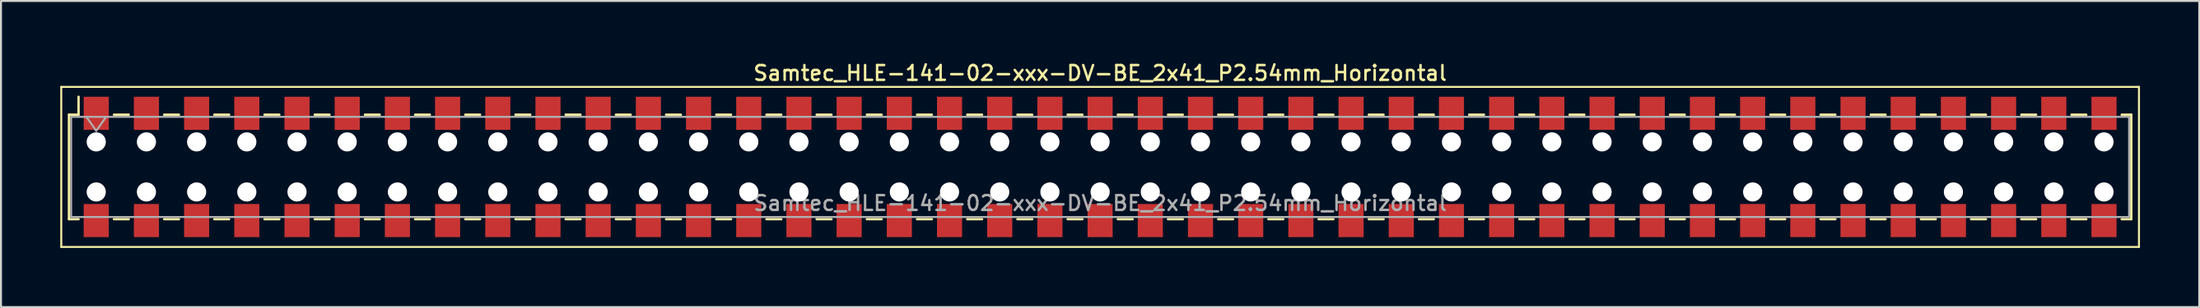
<source format=kicad_pcb>
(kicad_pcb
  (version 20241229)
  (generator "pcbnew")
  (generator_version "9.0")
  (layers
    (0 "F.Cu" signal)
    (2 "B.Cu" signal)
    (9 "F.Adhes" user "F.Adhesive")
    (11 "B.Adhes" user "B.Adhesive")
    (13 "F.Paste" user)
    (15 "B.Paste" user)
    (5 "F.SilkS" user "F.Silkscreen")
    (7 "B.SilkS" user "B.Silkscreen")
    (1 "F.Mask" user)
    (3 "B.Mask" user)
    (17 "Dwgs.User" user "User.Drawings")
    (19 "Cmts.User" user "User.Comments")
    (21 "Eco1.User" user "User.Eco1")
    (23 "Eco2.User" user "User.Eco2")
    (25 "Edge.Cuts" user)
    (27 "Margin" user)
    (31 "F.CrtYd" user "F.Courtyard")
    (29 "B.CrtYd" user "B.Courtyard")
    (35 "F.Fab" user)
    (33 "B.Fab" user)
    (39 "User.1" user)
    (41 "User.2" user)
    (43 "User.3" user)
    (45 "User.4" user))
  (footprint "Samtec_HLE-141-02-xxx-DV-BE_2x41_P2.54mm_Horizontal"
    (layer "F.Cu")
    (at 52.62 5.418)
    (property "Reference" "Samtec_HLE-141-02-xxx-DV-BE_2x41_P2.54mm_Horizontal" (at 0 -4.76 0) (layer "F.SilkS") (effects (font (size 0.75 0.75) (thickness 0.125))))
    (attr smd)
    (fp_line (start -52.57 -4.06) (end 52.57 -4.06) (stroke (width 0.1) (type solid)) (layer "F.SilkS"))
    (fp_line (start -52.57 4.06) (end -52.57 -4.06) (stroke (width 0.1) (type solid)) (layer "F.SilkS"))
    (fp_line (start -52.18 -2.65) (end -52.18 2.65) (stroke (width 0.12) (type solid)) (layer "F.SilkS"))
    (fp_line (start -52.18 2.65) (end -51.695 2.65) (stroke (width 0.12) (type solid)) (layer "F.SilkS"))
    (fp_line (start -51.695 -3.56) (end -51.695 -2.65) (stroke (width 0.12) (type solid)) (layer "F.SilkS"))
    (fp_line (start -51.695 -2.65) (end -52.18 -2.65) (stroke (width 0.12) (type solid)) (layer "F.SilkS"))
    (fp_line (start -49.905 -2.65) (end -49.155 -2.65) (stroke (width 0.12) (type solid)) (layer "F.SilkS"))
    (fp_line (start -49.905 2.65) (end -49.155 2.65) (stroke (width 0.12) (type solid)) (layer "F.SilkS"))
    (fp_line (start -47.365 -2.65) (end -46.615 -2.65) (stroke (width 0.12) (type solid)) (layer "F.SilkS"))
    (fp_line (start -47.365 2.65) (end -46.615 2.65) (stroke (width 0.12) (type solid)) (layer "F.SilkS"))
    (fp_line (start -44.825 -2.65) (end -44.075 -2.65) (stroke (width 0.12) (type solid)) (layer "F.SilkS"))
    (fp_line (start -44.825 2.65) (end -44.075 2.65) (stroke (width 0.12) (type solid)) (layer "F.SilkS"))
    (fp_line (start -42.285 -2.65) (end -41.535 -2.65) (stroke (width 0.12) (type solid)) (layer "F.SilkS"))
    (fp_line (start -42.285 2.65) (end -41.535 2.65) (stroke (width 0.12) (type solid)) (layer "F.SilkS"))
    (fp_line (start -39.745 -2.65) (end -38.995 -2.65) (stroke (width 0.12) (type solid)) (layer "F.SilkS"))
    (fp_line (start -39.745 2.65) (end -38.995 2.65) (stroke (width 0.12) (type solid)) (layer "F.SilkS"))
    (fp_line (start -37.205 -2.65) (end -36.455 -2.65) (stroke (width 0.12) (type solid)) (layer "F.SilkS"))
    (fp_line (start -37.205 2.65) (end -36.455 2.65) (stroke (width 0.12) (type solid)) (layer "F.SilkS"))
    (fp_line (start -34.665 -2.65) (end -33.915 -2.65) (stroke (width 0.12) (type solid)) (layer "F.SilkS"))
    (fp_line (start -34.665 2.65) (end -33.915 2.65) (stroke (width 0.12) (type solid)) (layer "F.SilkS"))
    (fp_line (start -32.125 -2.65) (end -31.375 -2.65) (stroke (width 0.12) (type solid)) (layer "F.SilkS"))
    (fp_line (start -32.125 2.65) (end -31.375 2.65) (stroke (width 0.12) (type solid)) (layer "F.SilkS"))
    (fp_line (start -29.585 -2.65) (end -28.835 -2.65) (stroke (width 0.12) (type solid)) (layer "F.SilkS"))
    (fp_line (start -29.585 2.65) (end -28.835 2.65) (stroke (width 0.12) (type solid)) (layer "F.SilkS"))
    (fp_line (start -27.045 -2.65) (end -26.295 -2.65) (stroke (width 0.12) (type solid)) (layer "F.SilkS"))
    (fp_line (start -27.045 2.65) (end -26.295 2.65) (stroke (width 0.12) (type solid)) (layer "F.SilkS"))
    (fp_line (start -24.505 -2.65) (end -23.755 -2.65) (stroke (width 0.12) (type solid)) (layer "F.SilkS"))
    (fp_line (start -24.505 2.65) (end -23.755 2.65) (stroke (width 0.12) (type solid)) (layer "F.SilkS"))
    (fp_line (start -21.965 -2.65) (end -21.215 -2.65) (stroke (width 0.12) (type solid)) (layer "F.SilkS"))
    (fp_line (start -21.965 2.65) (end -21.215 2.65) (stroke (width 0.12) (type solid)) (layer "F.SilkS"))
    (fp_line (start -19.425 -2.65) (end -18.675 -2.65) (stroke (width 0.12) (type solid)) (layer "F.SilkS"))
    (fp_line (start -19.425 2.65) (end -18.675 2.65) (stroke (width 0.12) (type solid)) (layer "F.SilkS"))
    (fp_line (start -16.885 -2.65) (end -16.135 -2.65) (stroke (width 0.12) (type solid)) (layer "F.SilkS"))
    (fp_line (start -16.885 2.65) (end -16.135 2.65) (stroke (width 0.12) (type solid)) (layer "F.SilkS"))
    (fp_line (start -14.345 -2.65) (end -13.595 -2.65) (stroke (width 0.12) (type solid)) (layer "F.SilkS"))
    (fp_line (start -14.345 2.65) (end -13.595 2.65) (stroke (width 0.12) (type solid)) (layer "F.SilkS"))
    (fp_line (start -11.805 -2.65) (end -11.055 -2.65) (stroke (width 0.12) (type solid)) (layer "F.SilkS"))
    (fp_line (start -11.805 2.65) (end -11.055 2.65) (stroke (width 0.12) (type solid)) (layer "F.SilkS"))
    (fp_line (start -9.265 -2.65) (end -8.515 -2.65) (stroke (width 0.12) (type solid)) (layer "F.SilkS"))
    (fp_line (start -9.265 2.65) (end -8.515 2.65) (stroke (width 0.12) (type solid)) (layer "F.SilkS"))
    (fp_line (start -6.725 -2.65) (end -5.975 -2.65) (stroke (width 0.12) (type solid)) (layer "F.SilkS"))
    (fp_line (start -6.725 2.65) (end -5.975 2.65) (stroke (width 0.12) (type solid)) (layer "F.SilkS"))
    (fp_line (start -4.185 -2.65) (end -3.435 -2.65) (stroke (width 0.12) (type solid)) (layer "F.SilkS"))
    (fp_line (start -4.185 2.65) (end -3.435 2.65) (stroke (width 0.12) (type solid)) (layer "F.SilkS"))
    (fp_line (start -1.645 -2.65) (end -0.895 -2.65) (stroke (width 0.12) (type solid)) (layer "F.SilkS"))
    (fp_line (start -1.645 2.65) (end -0.895 2.65) (stroke (width 0.12) (type solid)) (layer "F.SilkS"))
    (fp_line (start 0.895 -2.65) (end 1.645 -2.65) (stroke (width 0.12) (type solid)) (layer "F.SilkS"))
    (fp_line (start 0.895 2.65) (end 1.645 2.65) (stroke (width 0.12) (type solid)) (layer "F.SilkS"))
    (fp_line (start 3.435 -2.65) (end 4.185 -2.65) (stroke (width 0.12) (type solid)) (layer "F.SilkS"))
    (fp_line (start 3.435 2.65) (end 4.185 2.65) (stroke (width 0.12) (type solid)) (layer "F.SilkS"))
    (fp_line (start 5.975 -2.65) (end 6.725 -2.65) (stroke (width 0.12) (type solid)) (layer "F.SilkS"))
    (fp_line (start 5.975 2.65) (end 6.725 2.65) (stroke (width 0.12) (type solid)) (layer "F.SilkS"))
    (fp_line (start 8.515 -2.65) (end 9.265 -2.65) (stroke (width 0.12) (type solid)) (layer "F.SilkS"))
    (fp_line (start 8.515 2.65) (end 9.265 2.65) (stroke (width 0.12) (type solid)) (layer "F.SilkS"))
    (fp_line (start 11.055 -2.65) (end 11.805 -2.65) (stroke (width 0.12) (type solid)) (layer "F.SilkS"))
    (fp_line (start 11.055 2.65) (end 11.805 2.65) (stroke (width 0.12) (type solid)) (layer "F.SilkS"))
    (fp_line (start 13.595 -2.65) (end 14.345 -2.65) (stroke (width 0.12) (type solid)) (layer "F.SilkS"))
    (fp_line (start 13.595 2.65) (end 14.345 2.65) (stroke (width 0.12) (type solid)) (layer "F.SilkS"))
    (fp_line (start 16.135 -2.65) (end 16.885 -2.65) (stroke (width 0.12) (type solid)) (layer "F.SilkS"))
    (fp_line (start 16.135 2.65) (end 16.885 2.65) (stroke (width 0.12) (type solid)) (layer "F.SilkS"))
    (fp_line (start 18.675 -2.65) (end 19.425 -2.65) (stroke (width 0.12) (type solid)) (layer "F.SilkS"))
    (fp_line (start 18.675 2.65) (end 19.425 2.65) (stroke (width 0.12) (type solid)) (layer "F.SilkS"))
    (fp_line (start 21.215 -2.65) (end 21.965 -2.65) (stroke (width 0.12) (type solid)) (layer "F.SilkS"))
    (fp_line (start 21.215 2.65) (end 21.965 2.65) (stroke (width 0.12) (type solid)) (layer "F.SilkS"))
    (fp_line (start 23.755 -2.65) (end 24.505 -2.65) (stroke (width 0.12) (type solid)) (layer "F.SilkS"))
    (fp_line (start 23.755 2.65) (end 24.505 2.65) (stroke (width 0.12) (type solid)) (layer "F.SilkS"))
    (fp_line (start 26.295 -2.65) (end 27.045 -2.65) (stroke (width 0.12) (type solid)) (layer "F.SilkS"))
    (fp_line (start 26.295 2.65) (end 27.045 2.65) (stroke (width 0.12) (type solid)) (layer "F.SilkS"))
    (fp_line (start 28.835 -2.65) (end 29.585 -2.65) (stroke (width 0.12) (type solid)) (layer "F.SilkS"))
    (fp_line (start 28.835 2.65) (end 29.585 2.65) (stroke (width 0.12) (type solid)) (layer "F.SilkS"))
    (fp_line (start 31.375 -2.65) (end 32.125 -2.65) (stroke (width 0.12) (type solid)) (layer "F.SilkS"))
    (fp_line (start 31.375 2.65) (end 32.125 2.65) (stroke (width 0.12) (type solid)) (layer "F.SilkS"))
    (fp_line (start 33.915 -2.65) (end 34.665 -2.65) (stroke (width 0.12) (type solid)) (layer "F.SilkS"))
    (fp_line (start 33.915 2.65) (end 34.665 2.65) (stroke (width 0.12) (type solid)) (layer "F.SilkS"))
    (fp_line (start 36.455 -2.65) (end 37.205 -2.65) (stroke (width 0.12) (type solid)) (layer "F.SilkS"))
    (fp_line (start 36.455 2.65) (end 37.205 2.65) (stroke (width 0.12) (type solid)) (layer "F.SilkS"))
    (fp_line (start 38.995 -2.65) (end 39.745 -2.65) (stroke (width 0.12) (type solid)) (layer "F.SilkS"))
    (fp_line (start 38.995 2.65) (end 39.745 2.65) (stroke (width 0.12) (type solid)) (layer "F.SilkS"))
    (fp_line (start 41.535 -2.65) (end 42.285 -2.65) (stroke (width 0.12) (type solid)) (layer "F.SilkS"))
    (fp_line (start 41.535 2.65) (end 42.285 2.65) (stroke (width 0.12) (type solid)) (layer "F.SilkS"))
    (fp_line (start 44.075 -2.65) (end 44.825 -2.65) (stroke (width 0.12) (type solid)) (layer "F.SilkS"))
    (fp_line (start 44.075 2.65) (end 44.825 2.65) (stroke (width 0.12) (type solid)) (layer "F.SilkS"))
    (fp_line (start 46.615 -2.65) (end 47.365 -2.65) (stroke (width 0.12) (type solid)) (layer "F.SilkS"))
    (fp_line (start 46.615 2.65) (end 47.365 2.65) (stroke (width 0.12) (type solid)) (layer "F.SilkS"))
    (fp_line (start 49.155 -2.65) (end 49.905 -2.65) (stroke (width 0.12) (type solid)) (layer "F.SilkS"))
    (fp_line (start 49.155 2.65) (end 49.905 2.65) (stroke (width 0.12) (type solid)) (layer "F.SilkS"))
    (fp_line (start 51.695 -2.65) (end 52.18 -2.65) (stroke (width 0.12) (type solid)) (layer "F.SilkS"))
    (fp_line (start 52.18 -2.65) (end 52.18 2.65) (stroke (width 0.12) (type solid)) (layer "F.SilkS"))
    (fp_line (start 52.18 2.65) (end 51.695 2.65) (stroke (width 0.12) (type solid)) (layer "F.SilkS"))
    (fp_line (start 52.57 -4.06) (end 52.57 4.06) (stroke (width 0.1) (type solid)) (layer "F.SilkS"))
    (fp_line (start 52.57 4.06) (end -52.57 4.06) (stroke (width 0.1) (type solid)) (layer "F.SilkS"))
    (fp_line (start -52.07 -2.54) (end 52.07 -2.54) (stroke (width 0.1) (type solid)) (layer "F.Fab"))
    (fp_line (start -52.07 2.54) (end -52.07 -2.54) (stroke (width 0.1) (type solid)) (layer "F.Fab"))
    (fp_line (start -51.3 -2.54) (end -50.8 -1.833) (stroke (width 0.1) (type solid)) (layer "F.Fab"))
    (fp_line (start -50.8 -1.833) (end -50.3 -2.54) (stroke (width 0.1) (type solid)) (layer "F.Fab"))
    (fp_line (start 52.07 -2.54) (end 52.07 2.54) (stroke (width 0.1) (type solid)) (layer "F.Fab"))
    (fp_line (start 52.07 2.54) (end -52.07 2.54) (stroke (width 0.1) (type solid)) (layer "F.Fab"))
    (fp_text user "${REFERENCE}" (at 0 1.84 0) (layer "F.Fab") (effects (font (size 0.75 0.75) (thickness 0.125))))
    (pad "" np_thru_hole circle (at -50.8 -1.27) (size 0.97 0.97) (drill 0.97) (layers "*.Cu" "*.Mask"))
    (pad "" np_thru_hole circle (at -50.8 1.27) (size 0.97 0.97) (drill 0.97) (layers "*.Cu" "*.Mask"))
    (pad "" np_thru_hole circle (at -48.26 -1.27) (size 0.97 0.97) (drill 0.97) (layers "*.Cu" "*.Mask"))
    (pad "" np_thru_hole circle (at -48.26 1.27) (size 0.97 0.97) (drill 0.97) (layers "*.Cu" "*.Mask"))
    (pad "" np_thru_hole circle (at -45.72 -1.27) (size 0.97 0.97) (drill 0.97) (layers "*.Cu" "*.Mask"))
    (pad "" np_thru_hole circle (at -45.72 1.27) (size 0.97 0.97) (drill 0.97) (layers "*.Cu" "*.Mask"))
    (pad "" np_thru_hole circle (at -43.18 -1.27) (size 0.97 0.97) (drill 0.97) (layers "*.Cu" "*.Mask"))
    (pad "" np_thru_hole circle (at -43.18 1.27) (size 0.97 0.97) (drill 0.97) (layers "*.Cu" "*.Mask"))
    (pad "" np_thru_hole circle (at -40.64 -1.27) (size 0.97 0.97) (drill 0.97) (layers "*.Cu" "*.Mask"))
    (pad "" np_thru_hole circle (at -40.64 1.27) (size 0.97 0.97) (drill 0.97) (layers "*.Cu" "*.Mask"))
    (pad "" np_thru_hole circle (at -38.1 -1.27) (size 0.97 0.97) (drill 0.97) (layers "*.Cu" "*.Mask"))
    (pad "" np_thru_hole circle (at -38.1 1.27) (size 0.97 0.97) (drill 0.97) (layers "*.Cu" "*.Mask"))
    (pad "" np_thru_hole circle (at -35.56 -1.27) (size 0.97 0.97) (drill 0.97) (layers "*.Cu" "*.Mask"))
    (pad "" np_thru_hole circle (at -35.56 1.27) (size 0.97 0.97) (drill 0.97) (layers "*.Cu" "*.Mask"))
    (pad "" np_thru_hole circle (at -33.02 -1.27) (size 0.97 0.97) (drill 0.97) (layers "*.Cu" "*.Mask"))
    (pad "" np_thru_hole circle (at -33.02 1.27) (size 0.97 0.97) (drill 0.97) (layers "*.Cu" "*.Mask"))
    (pad "" np_thru_hole circle (at -30.48 -1.27) (size 0.97 0.97) (drill 0.97) (layers "*.Cu" "*.Mask"))
    (pad "" np_thru_hole circle (at -30.48 1.27) (size 0.97 0.97) (drill 0.97) (layers "*.Cu" "*.Mask"))
    (pad "" np_thru_hole circle (at -27.94 -1.27) (size 0.97 0.97) (drill 0.97) (layers "*.Cu" "*.Mask"))
    (pad "" np_thru_hole circle (at -27.94 1.27) (size 0.97 0.97) (drill 0.97) (layers "*.Cu" "*.Mask"))
    (pad "" np_thru_hole circle (at -25.4 -1.27) (size 0.97 0.97) (drill 0.97) (layers "*.Cu" "*.Mask"))
    (pad "" np_thru_hole circle (at -25.4 1.27) (size 0.97 0.97) (drill 0.97) (layers "*.Cu" "*.Mask"))
    (pad "" np_thru_hole circle (at -22.86 -1.27) (size 0.97 0.97) (drill 0.97) (layers "*.Cu" "*.Mask"))
    (pad "" np_thru_hole circle (at -22.86 1.27) (size 0.97 0.97) (drill 0.97) (layers "*.Cu" "*.Mask"))
    (pad "" np_thru_hole circle (at -20.32 -1.27) (size 0.97 0.97) (drill 0.97) (layers "*.Cu" "*.Mask"))
    (pad "" np_thru_hole circle (at -20.32 1.27) (size 0.97 0.97) (drill 0.97) (layers "*.Cu" "*.Mask"))
    (pad "" np_thru_hole circle (at -17.78 -1.27) (size 0.97 0.97) (drill 0.97) (layers "*.Cu" "*.Mask"))
    (pad "" np_thru_hole circle (at -17.78 1.27) (size 0.97 0.97) (drill 0.97) (layers "*.Cu" "*.Mask"))
    (pad "" np_thru_hole circle (at -15.24 -1.27) (size 0.97 0.97) (drill 0.97) (layers "*.Cu" "*.Mask"))
    (pad "" np_thru_hole circle (at -15.24 1.27) (size 0.97 0.97) (drill 0.97) (layers "*.Cu" "*.Mask"))
    (pad "" np_thru_hole circle (at -12.7 -1.27) (size 0.97 0.97) (drill 0.97) (layers "*.Cu" "*.Mask"))
    (pad "" np_thru_hole circle (at -12.7 1.27) (size 0.97 0.97) (drill 0.97) (layers "*.Cu" "*.Mask"))
    (pad "" np_thru_hole circle (at -10.16 -1.27) (size 0.97 0.97) (drill 0.97) (layers "*.Cu" "*.Mask"))
    (pad "" np_thru_hole circle (at -10.16 1.27) (size 0.97 0.97) (drill 0.97) (layers "*.Cu" "*.Mask"))
    (pad "" np_thru_hole circle (at -7.62 -1.27) (size 0.97 0.97) (drill 0.97) (layers "*.Cu" "*.Mask"))
    (pad "" np_thru_hole circle (at -7.62 1.27) (size 0.97 0.97) (drill 0.97) (layers "*.Cu" "*.Mask"))
    (pad "" np_thru_hole circle (at -5.08 -1.27) (size 0.97 0.97) (drill 0.97) (layers "*.Cu" "*.Mask"))
    (pad "" np_thru_hole circle (at -5.08 1.27) (size 0.97 0.97) (drill 0.97) (layers "*.Cu" "*.Mask"))
    (pad "" np_thru_hole circle (at -2.54 -1.27) (size 0.97 0.97) (drill 0.97) (layers "*.Cu" "*.Mask"))
    (pad "" np_thru_hole circle (at -2.54 1.27) (size 0.97 0.97) (drill 0.97) (layers "*.Cu" "*.Mask"))
    (pad "" np_thru_hole circle (at 0 -1.27) (size 0.97 0.97) (drill 0.97) (layers "*.Cu" "*.Mask"))
    (pad "" np_thru_hole circle (at 0 1.27) (size 0.97 0.97) (drill 0.97) (layers "*.Cu" "*.Mask"))
    (pad "" np_thru_hole circle (at 2.54 -1.27) (size 0.97 0.97) (drill 0.97) (layers "*.Cu" "*.Mask"))
    (pad "" np_thru_hole circle (at 2.54 1.27) (size 0.97 0.97) (drill 0.97) (layers "*.Cu" "*.Mask"))
    (pad "" np_thru_hole circle (at 5.08 -1.27) (size 0.97 0.97) (drill 0.97) (layers "*.Cu" "*.Mask"))
    (pad "" np_thru_hole circle (at 5.08 1.27) (size 0.97 0.97) (drill 0.97) (layers "*.Cu" "*.Mask"))
    (pad "" np_thru_hole circle (at 7.62 -1.27) (size 0.97 0.97) (drill 0.97) (layers "*.Cu" "*.Mask"))
    (pad "" np_thru_hole circle (at 7.62 1.27) (size 0.97 0.97) (drill 0.97) (layers "*.Cu" "*.Mask"))
    (pad "" np_thru_hole circle (at 10.16 -1.27) (size 0.97 0.97) (drill 0.97) (layers "*.Cu" "*.Mask"))
    (pad "" np_thru_hole circle (at 10.16 1.27) (size 0.97 0.97) (drill 0.97) (layers "*.Cu" "*.Mask"))
    (pad "" np_thru_hole circle (at 12.7 -1.27) (size 0.97 0.97) (drill 0.97) (layers "*.Cu" "*.Mask"))
    (pad "" np_thru_hole circle (at 12.7 1.27) (size 0.97 0.97) (drill 0.97) (layers "*.Cu" "*.Mask"))
    (pad "" np_thru_hole circle (at 15.24 -1.27) (size 0.97 0.97) (drill 0.97) (layers "*.Cu" "*.Mask"))
    (pad "" np_thru_hole circle (at 15.24 1.27) (size 0.97 0.97) (drill 0.97) (layers "*.Cu" "*.Mask"))
    (pad "" np_thru_hole circle (at 17.78 -1.27) (size 0.97 0.97) (drill 0.97) (layers "*.Cu" "*.Mask"))
    (pad "" np_thru_hole circle (at 17.78 1.27) (size 0.97 0.97) (drill 0.97) (layers "*.Cu" "*.Mask"))
    (pad "" np_thru_hole circle (at 20.32 -1.27) (size 0.97 0.97) (drill 0.97) (layers "*.Cu" "*.Mask"))
    (pad "" np_thru_hole circle (at 20.32 1.27) (size 0.97 0.97) (drill 0.97) (layers "*.Cu" "*.Mask"))
    (pad "" np_thru_hole circle (at 22.86 -1.27) (size 0.97 0.97) (drill 0.97) (layers "*.Cu" "*.Mask"))
    (pad "" np_thru_hole circle (at 22.86 1.27) (size 0.97 0.97) (drill 0.97) (layers "*.Cu" "*.Mask"))
    (pad "" np_thru_hole circle (at 25.4 -1.27) (size 0.97 0.97) (drill 0.97) (layers "*.Cu" "*.Mask"))
    (pad "" np_thru_hole circle (at 25.4 1.27) (size 0.97 0.97) (drill 0.97) (layers "*.Cu" "*.Mask"))
    (pad "" np_thru_hole circle (at 27.94 -1.27) (size 0.97 0.97) (drill 0.97) (layers "*.Cu" "*.Mask"))
    (pad "" np_thru_hole circle (at 27.94 1.27) (size 0.97 0.97) (drill 0.97) (layers "*.Cu" "*.Mask"))
    (pad "" np_thru_hole circle (at 30.48 -1.27) (size 0.97 0.97) (drill 0.97) (layers "*.Cu" "*.Mask"))
    (pad "" np_thru_hole circle (at 30.48 1.27) (size 0.97 0.97) (drill 0.97) (layers "*.Cu" "*.Mask"))
    (pad "" np_thru_hole circle (at 33.02 -1.27) (size 0.97 0.97) (drill 0.97) (layers "*.Cu" "*.Mask"))
    (pad "" np_thru_hole circle (at 33.02 1.27) (size 0.97 0.97) (drill 0.97) (layers "*.Cu" "*.Mask"))
    (pad "" np_thru_hole circle (at 35.56 -1.27) (size 0.97 0.97) (drill 0.97) (layers "*.Cu" "*.Mask"))
    (pad "" np_thru_hole circle (at 35.56 1.27) (size 0.97 0.97) (drill 0.97) (layers "*.Cu" "*.Mask"))
    (pad "" np_thru_hole circle (at 38.1 -1.27) (size 0.97 0.97) (drill 0.97) (layers "*.Cu" "*.Mask"))
    (pad "" np_thru_hole circle (at 38.1 1.27) (size 0.97 0.97) (drill 0.97) (layers "*.Cu" "*.Mask"))
    (pad "" np_thru_hole circle (at 40.64 -1.27) (size 0.97 0.97) (drill 0.97) (layers "*.Cu" "*.Mask"))
    (pad "" np_thru_hole circle (at 40.64 1.27) (size 0.97 0.97) (drill 0.97) (layers "*.Cu" "*.Mask"))
    (pad "" np_thru_hole circle (at 43.18 -1.27) (size 0.97 0.97) (drill 0.97) (layers "*.Cu" "*.Mask"))
    (pad "" np_thru_hole circle (at 43.18 1.27) (size 0.97 0.97) (drill 0.97) (layers "*.Cu" "*.Mask"))
    (pad "" np_thru_hole circle (at 45.72 -1.27) (size 0.97 0.97) (drill 0.97) (layers "*.Cu" "*.Mask"))
    (pad "" np_thru_hole circle (at 45.72 1.27) (size 0.97 0.97) (drill 0.97) (layers "*.Cu" "*.Mask"))
    (pad "" np_thru_hole circle (at 48.26 -1.27) (size 0.97 0.97) (drill 0.97) (layers "*.Cu" "*.Mask"))
    (pad "" np_thru_hole circle (at 48.26 1.27) (size 0.97 0.97) (drill 0.97) (layers "*.Cu" "*.Mask"))
    (pad "" np_thru_hole circle (at 50.8 -1.27) (size 0.97 0.97) (drill 0.97) (layers "*.Cu" "*.Mask"))
    (pad "" np_thru_hole circle (at 50.8 1.27) (size 0.97 0.97) (drill 0.97) (layers "*.Cu" "*.Mask"))
    (pad "1" smd rect (at -50.8 -2.72) (size 1.27 1.68) (layers "F.Cu" "F.Mask" "F.Paste"))
    (pad "2" smd rect (at -50.8 2.72) (size 1.27 1.68) (layers "F.Cu" "F.Mask" "F.Paste"))
    (pad "3" smd rect (at -48.26 -2.72) (size 1.27 1.68) (layers "F.Cu" "F.Mask" "F.Paste"))
    (pad "4" smd rect (at -48.26 2.72) (size 1.27 1.68) (layers "F.Cu" "F.Mask" "F.Paste"))
    (pad "5" smd rect (at -45.72 -2.72) (size 1.27 1.68) (layers "F.Cu" "F.Mask" "F.Paste"))
    (pad "6" smd rect (at -45.72 2.72) (size 1.27 1.68) (layers "F.Cu" "F.Mask" "F.Paste"))
    (pad "7" smd rect (at -43.18 -2.72) (size 1.27 1.68) (layers "F.Cu" "F.Mask" "F.Paste"))
    (pad "8" smd rect (at -43.18 2.72) (size 1.27 1.68) (layers "F.Cu" "F.Mask" "F.Paste"))
    (pad "9" smd rect (at -40.64 -2.72) (size 1.27 1.68) (layers "F.Cu" "F.Mask" "F.Paste"))
    (pad "10" smd rect (at -40.64 2.72) (size 1.27 1.68) (layers "F.Cu" "F.Mask" "F.Paste"))
    (pad "11" smd rect (at -38.1 -2.72) (size 1.27 1.68) (layers "F.Cu" "F.Mask" "F.Paste"))
    (pad "12" smd rect (at -38.1 2.72) (size 1.27 1.68) (layers "F.Cu" "F.Mask" "F.Paste"))
    (pad "13" smd rect (at -35.56 -2.72) (size 1.27 1.68) (layers "F.Cu" "F.Mask" "F.Paste"))
    (pad "14" smd rect (at -35.56 2.72) (size 1.27 1.68) (layers "F.Cu" "F.Mask" "F.Paste"))
    (pad "15" smd rect (at -33.02 -2.72) (size 1.27 1.68) (layers "F.Cu" "F.Mask" "F.Paste"))
    (pad "16" smd rect (at -33.02 2.72) (size 1.27 1.68) (layers "F.Cu" "F.Mask" "F.Paste"))
    (pad "17" smd rect (at -30.48 -2.72) (size 1.27 1.68) (layers "F.Cu" "F.Mask" "F.Paste"))
    (pad "18" smd rect (at -30.48 2.72) (size 1.27 1.68) (layers "F.Cu" "F.Mask" "F.Paste"))
    (pad "19" smd rect (at -27.94 -2.72) (size 1.27 1.68) (layers "F.Cu" "F.Mask" "F.Paste"))
    (pad "20" smd rect (at -27.94 2.72) (size 1.27 1.68) (layers "F.Cu" "F.Mask" "F.Paste"))
    (pad "21" smd rect (at -25.4 -2.72) (size 1.27 1.68) (layers "F.Cu" "F.Mask" "F.Paste"))
    (pad "22" smd rect (at -25.4 2.72) (size 1.27 1.68) (layers "F.Cu" "F.Mask" "F.Paste"))
    (pad "23" smd rect (at -22.86 -2.72) (size 1.27 1.68) (layers "F.Cu" "F.Mask" "F.Paste"))
    (pad "24" smd rect (at -22.86 2.72) (size 1.27 1.68) (layers "F.Cu" "F.Mask" "F.Paste"))
    (pad "25" smd rect (at -20.32 -2.72) (size 1.27 1.68) (layers "F.Cu" "F.Mask" "F.Paste"))
    (pad "26" smd rect (at -20.32 2.72) (size 1.27 1.68) (layers "F.Cu" "F.Mask" "F.Paste"))
    (pad "27" smd rect (at -17.78 -2.72) (size 1.27 1.68) (layers "F.Cu" "F.Mask" "F.Paste"))
    (pad "28" smd rect (at -17.78 2.72) (size 1.27 1.68) (layers "F.Cu" "F.Mask" "F.Paste"))
    (pad "29" smd rect (at -15.24 -2.72) (size 1.27 1.68) (layers "F.Cu" "F.Mask" "F.Paste"))
    (pad "30" smd rect (at -15.24 2.72) (size 1.27 1.68) (layers "F.Cu" "F.Mask" "F.Paste"))
    (pad "31" smd rect (at -12.7 -2.72) (size 1.27 1.68) (layers "F.Cu" "F.Mask" "F.Paste"))
    (pad "32" smd rect (at -12.7 2.72) (size 1.27 1.68) (layers "F.Cu" "F.Mask" "F.Paste"))
    (pad "33" smd rect (at -10.16 -2.72) (size 1.27 1.68) (layers "F.Cu" "F.Mask" "F.Paste"))
    (pad "34" smd rect (at -10.16 2.72) (size 1.27 1.68) (layers "F.Cu" "F.Mask" "F.Paste"))
    (pad "35" smd rect (at -7.62 -2.72) (size 1.27 1.68) (layers "F.Cu" "F.Mask" "F.Paste"))
    (pad "36" smd rect (at -7.62 2.72) (size 1.27 1.68) (layers "F.Cu" "F.Mask" "F.Paste"))
    (pad "37" smd rect (at -5.08 -2.72) (size 1.27 1.68) (layers "F.Cu" "F.Mask" "F.Paste"))
    (pad "38" smd rect (at -5.08 2.72) (size 1.27 1.68) (layers "F.Cu" "F.Mask" "F.Paste"))
    (pad "39" smd rect (at -2.54 -2.72) (size 1.27 1.68) (layers "F.Cu" "F.Mask" "F.Paste"))
    (pad "40" smd rect (at -2.54 2.72) (size 1.27 1.68) (layers "F.Cu" "F.Mask" "F.Paste"))
    (pad "41" smd rect (at 0 -2.72) (size 1.27 1.68) (layers "F.Cu" "F.Mask" "F.Paste"))
    (pad "42" smd rect (at 0 2.72) (size 1.27 1.68) (layers "F.Cu" "F.Mask" "F.Paste"))
    (pad "43" smd rect (at 2.54 -2.72) (size 1.27 1.68) (layers "F.Cu" "F.Mask" "F.Paste"))
    (pad "44" smd rect (at 2.54 2.72) (size 1.27 1.68) (layers "F.Cu" "F.Mask" "F.Paste"))
    (pad "45" smd rect (at 5.08 -2.72) (size 1.27 1.68) (layers "F.Cu" "F.Mask" "F.Paste"))
    (pad "46" smd rect (at 5.08 2.72) (size 1.27 1.68) (layers "F.Cu" "F.Mask" "F.Paste"))
    (pad "47" smd rect (at 7.62 -2.72) (size 1.27 1.68) (layers "F.Cu" "F.Mask" "F.Paste"))
    (pad "48" smd rect (at 7.62 2.72) (size 1.27 1.68) (layers "F.Cu" "F.Mask" "F.Paste"))
    (pad "49" smd rect (at 10.16 -2.72) (size 1.27 1.68) (layers "F.Cu" "F.Mask" "F.Paste"))
    (pad "50" smd rect (at 10.16 2.72) (size 1.27 1.68) (layers "F.Cu" "F.Mask" "F.Paste"))
    (pad "51" smd rect (at 12.7 -2.72) (size 1.27 1.68) (layers "F.Cu" "F.Mask" "F.Paste"))
    (pad "52" smd rect (at 12.7 2.72) (size 1.27 1.68) (layers "F.Cu" "F.Mask" "F.Paste"))
    (pad "53" smd rect (at 15.24 -2.72) (size 1.27 1.68) (layers "F.Cu" "F.Mask" "F.Paste"))
    (pad "54" smd rect (at 15.24 2.72) (size 1.27 1.68) (layers "F.Cu" "F.Mask" "F.Paste"))
    (pad "55" smd rect (at 17.78 -2.72) (size 1.27 1.68) (layers "F.Cu" "F.Mask" "F.Paste"))
    (pad "56" smd rect (at 17.78 2.72) (size 1.27 1.68) (layers "F.Cu" "F.Mask" "F.Paste"))
    (pad "57" smd rect (at 20.32 -2.72) (size 1.27 1.68) (layers "F.Cu" "F.Mask" "F.Paste"))
    (pad "58" smd rect (at 20.32 2.72) (size 1.27 1.68) (layers "F.Cu" "F.Mask" "F.Paste"))
    (pad "59" smd rect (at 22.86 -2.72) (size 1.27 1.68) (layers "F.Cu" "F.Mask" "F.Paste"))
    (pad "60" smd rect (at 22.86 2.72) (size 1.27 1.68) (layers "F.Cu" "F.Mask" "F.Paste"))
    (pad "61" smd rect (at 25.4 -2.72) (size 1.27 1.68) (layers "F.Cu" "F.Mask" "F.Paste"))
    (pad "62" smd rect (at 25.4 2.72) (size 1.27 1.68) (layers "F.Cu" "F.Mask" "F.Paste"))
    (pad "63" smd rect (at 27.94 -2.72) (size 1.27 1.68) (layers "F.Cu" "F.Mask" "F.Paste"))
    (pad "64" smd rect (at 27.94 2.72) (size 1.27 1.68) (layers "F.Cu" "F.Mask" "F.Paste"))
    (pad "65" smd rect (at 30.48 -2.72) (size 1.27 1.68) (layers "F.Cu" "F.Mask" "F.Paste"))
    (pad "66" smd rect (at 30.48 2.72) (size 1.27 1.68) (layers "F.Cu" "F.Mask" "F.Paste"))
    (pad "67" smd rect (at 33.02 -2.72) (size 1.27 1.68) (layers "F.Cu" "F.Mask" "F.Paste"))
    (pad "68" smd rect (at 33.02 2.72) (size 1.27 1.68) (layers "F.Cu" "F.Mask" "F.Paste"))
    (pad "69" smd rect (at 35.56 -2.72) (size 1.27 1.68) (layers "F.Cu" "F.Mask" "F.Paste"))
    (pad "70" smd rect (at 35.56 2.72) (size 1.27 1.68) (layers "F.Cu" "F.Mask" "F.Paste"))
    (pad "71" smd rect (at 38.1 -2.72) (size 1.27 1.68) (layers "F.Cu" "F.Mask" "F.Paste"))
    (pad "72" smd rect (at 38.1 2.72) (size 1.27 1.68) (layers "F.Cu" "F.Mask" "F.Paste"))
    (pad "73" smd rect (at 40.64 -2.72) (size 1.27 1.68) (layers "F.Cu" "F.Mask" "F.Paste"))
    (pad "74" smd rect (at 40.64 2.72) (size 1.27 1.68) (layers "F.Cu" "F.Mask" "F.Paste"))
    (pad "75" smd rect (at 43.18 -2.72) (size 1.27 1.68) (layers "F.Cu" "F.Mask" "F.Paste"))
    (pad "76" smd rect (at 43.18 2.72) (size 1.27 1.68) (layers "F.Cu" "F.Mask" "F.Paste"))
    (pad "77" smd rect (at 45.72 -2.72) (size 1.27 1.68) (layers "F.Cu" "F.Mask" "F.Paste"))
    (pad "78" smd rect (at 45.72 2.72) (size 1.27 1.68) (layers "F.Cu" "F.Mask" "F.Paste"))
    (pad "79" smd rect (at 48.26 -2.72) (size 1.27 1.68) (layers "F.Cu" "F.Mask" "F.Paste"))
    (pad "80" smd rect (at 48.26 2.72) (size 1.27 1.68) (layers "F.Cu" "F.Mask" "F.Paste"))
    (pad "81" smd rect (at 50.8 -2.72) (size 1.27 1.68) (layers "F.Cu" "F.Mask" "F.Paste"))
    (pad "82" smd rect (at 50.8 2.72) (size 1.27 1.68) (layers "F.Cu" "F.Mask" "F.Paste")))
  (gr_rect
    (start -3 -3)
    (end 108.24 12.528)
    (stroke (width 0.1) (type default))
    (fill no)
    (layer "Edge.Cuts")))
</source>
